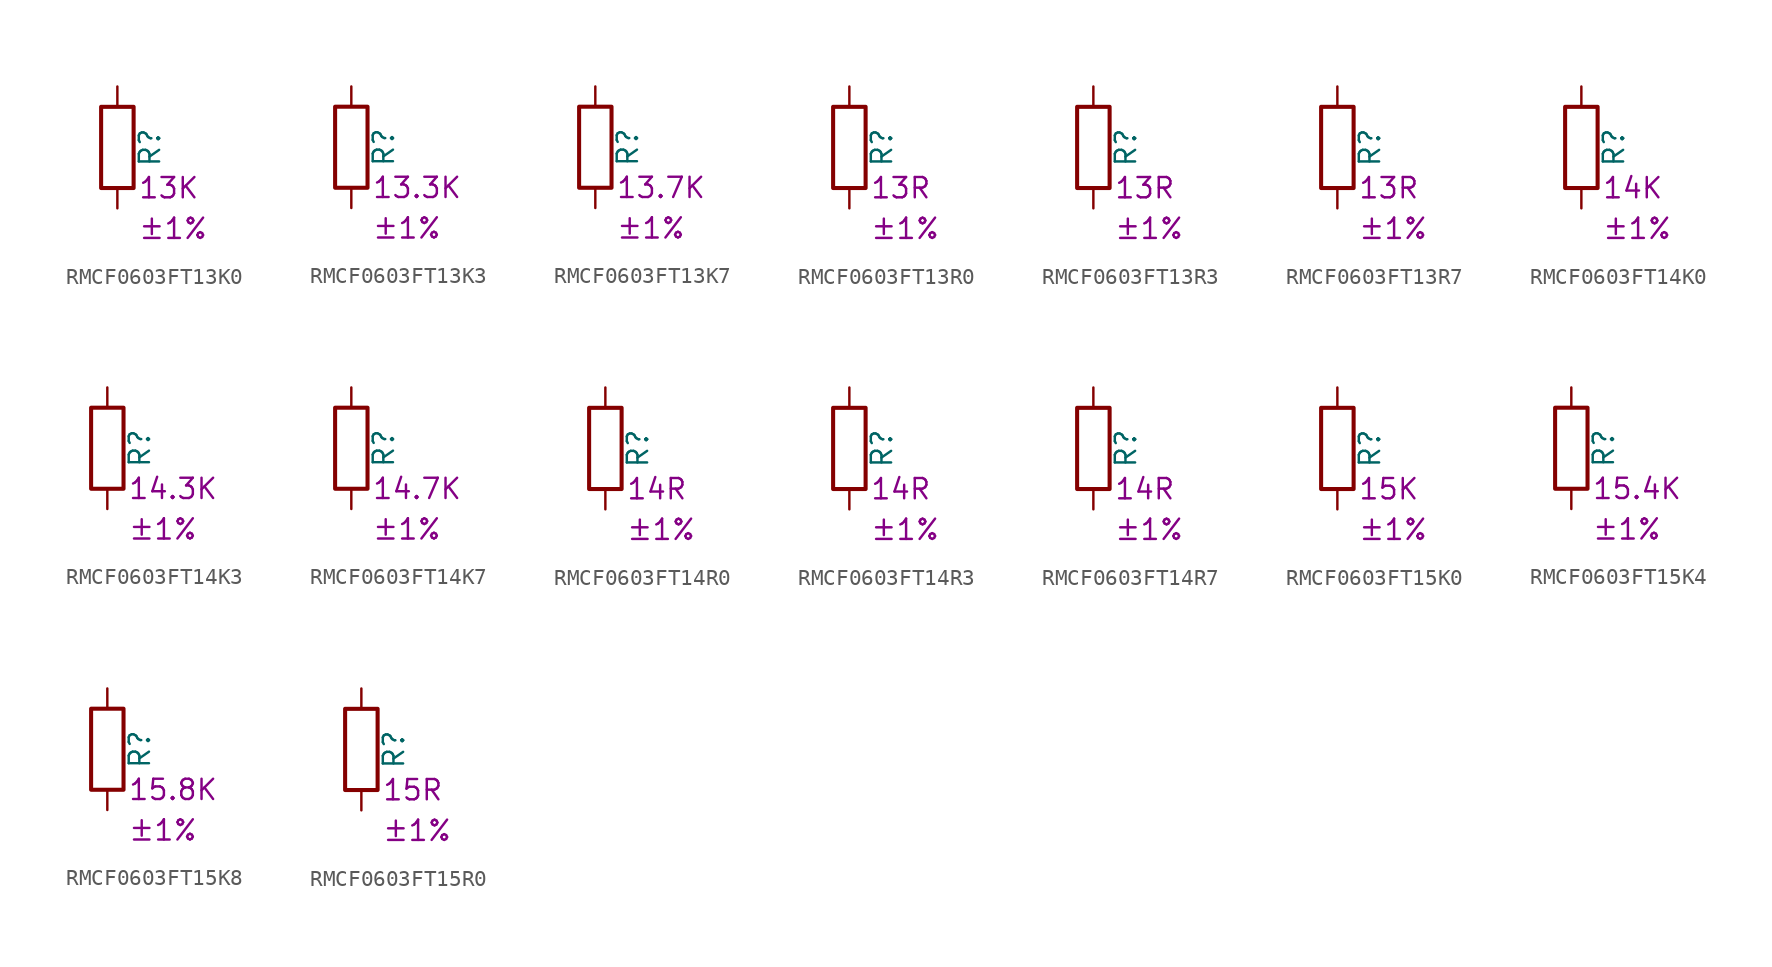
<source format=kicad_sym>
(kicad_symbol_lib
  (version 20220914)
  (generator kicad_symbol_editor)
  (symbol "RMCF0603FT13K0"
    (pin_numbers hide)
    (pin_names
      (offset 0))
    (property "Reference" "R"
      (at 2.032 0 90)
      (effects (font (size 1.27 1.27))))
    (property "Resistance" "13K"
      (at 1.27 -2.54 0)
      (effects (font (size 1.27 1.27)) (justify left)))
    (property "Tolerance" "±1%"
      (at 1.27 -5.08 0)
      (effects (font (size 1.27 1.27)) (justify left)))
    (symbol "RMCF0603FT13K0_0_1"
      (rectangle (start -1.016 -2.54) (end 1.016 2.54) (stroke (width 0.254) (type default)) (fill (type none))))
    (symbol "RMCF0603FT13K0_1_1"
      (pin passive line (at 0 3.81 270) (length 1.27) (name "~" (effects (font (size 1.27 1.27)))) (number "1" (effects (font (size 1.27 1.27)))))
      (pin passive line (at 0 -3.81 90) (length 1.27) (name "~" (effects (font (size 1.27 1.27)))) (number "2" (effects (font (size 1.27 1.27)))))))
  (symbol "RMCF0603FT13K3"
    (pin_numbers hide)
    (pin_names
      (offset 0))
    (property "Reference" "R"
      (at 2.032 0 90)
      (effects (font (size 1.27 1.27))))
    (property "Resistance" "13.3K"
      (at 1.27 -2.54 0)
      (effects (font (size 1.27 1.27)) (justify left)))
    (property "Tolerance" "±1%"
      (at 1.27 -5.08 0)
      (effects (font (size 1.27 1.27)) (justify left)))
    (symbol "RMCF0603FT13K3_0_1"
      (rectangle (start -1.016 -2.54) (end 1.016 2.54) (stroke (width 0.254) (type default)) (fill (type none))))
    (symbol "RMCF0603FT13K3_1_1"
      (pin passive line (at 0 3.81 270) (length 1.27) (name "~" (effects (font (size 1.27 1.27)))) (number "1" (effects (font (size 1.27 1.27)))))
      (pin passive line (at 0 -3.81 90) (length 1.27) (name "~" (effects (font (size 1.27 1.27)))) (number "2" (effects (font (size 1.27 1.27)))))))
  (symbol "RMCF0603FT13K7"
    (pin_numbers hide)
    (pin_names
      (offset 0))
    (property "Reference" "R"
      (at 2.032 0 90)
      (effects (font (size 1.27 1.27))))
    (property "Resistance" "13.7K"
      (at 1.27 -2.54 0)
      (effects (font (size 1.27 1.27)) (justify left)))
    (property "Tolerance" "±1%"
      (at 1.27 -5.08 0)
      (effects (font (size 1.27 1.27)) (justify left)))
    (symbol "RMCF0603FT13K7_0_1"
      (rectangle (start -1.016 -2.54) (end 1.016 2.54) (stroke (width 0.254) (type default)) (fill (type none))))
    (symbol "RMCF0603FT13K7_1_1"
      (pin passive line (at 0 3.81 270) (length 1.27) (name "~" (effects (font (size 1.27 1.27)))) (number "1" (effects (font (size 1.27 1.27)))))
      (pin passive line (at 0 -3.81 90) (length 1.27) (name "~" (effects (font (size 1.27 1.27)))) (number "2" (effects (font (size 1.27 1.27)))))))
  (symbol "RMCF0603FT13R0"
    (pin_numbers hide)
    (pin_names
      (offset 0))
    (property "Reference" "R"
      (at 2.032 0 90)
      (effects (font (size 1.27 1.27))))
    (property "Resistance" "13R"
      (at 1.27 -2.54 0)
      (effects (font (size 1.27 1.27)) (justify left)))
    (property "Tolerance" "±1%"
      (at 1.27 -5.08 0)
      (effects (font (size 1.27 1.27)) (justify left)))
    (symbol "RMCF0603FT13R0_0_1"
      (rectangle (start -1.016 -2.54) (end 1.016 2.54) (stroke (width 0.254) (type default)) (fill (type none))))
    (symbol "RMCF0603FT13R0_1_1"
      (pin passive line (at 0 3.81 270) (length 1.27) (name "~" (effects (font (size 1.27 1.27)))) (number "1" (effects (font (size 1.27 1.27)))))
      (pin passive line (at 0 -3.81 90) (length 1.27) (name "~" (effects (font (size 1.27 1.27)))) (number "2" (effects (font (size 1.27 1.27)))))))
  (symbol "RMCF0603FT13R3"
    (pin_numbers hide)
    (pin_names
      (offset 0))
    (property "Reference" "R"
      (at 2.032 0 90)
      (effects (font (size 1.27 1.27))))
    (property "Resistance" "13R"
      (at 1.27 -2.54 0)
      (effects (font (size 1.27 1.27)) (justify left)))
    (property "Tolerance" "±1%"
      (at 1.27 -5.08 0)
      (effects (font (size 1.27 1.27)) (justify left)))
    (symbol "RMCF0603FT13R3_0_1"
      (rectangle (start -1.016 -2.54) (end 1.016 2.54) (stroke (width 0.254) (type default)) (fill (type none))))
    (symbol "RMCF0603FT13R3_1_1"
      (pin passive line (at 0 3.81 270) (length 1.27) (name "~" (effects (font (size 1.27 1.27)))) (number "1" (effects (font (size 1.27 1.27)))))
      (pin passive line (at 0 -3.81 90) (length 1.27) (name "~" (effects (font (size 1.27 1.27)))) (number "2" (effects (font (size 1.27 1.27)))))))
  (symbol "RMCF0603FT13R7"
    (pin_numbers hide)
    (pin_names
      (offset 0))
    (property "Reference" "R"
      (at 2.032 0 90)
      (effects (font (size 1.27 1.27))))
    (property "Resistance" "13R"
      (at 1.27 -2.54 0)
      (effects (font (size 1.27 1.27)) (justify left)))
    (property "Tolerance" "±1%"
      (at 1.27 -5.08 0)
      (effects (font (size 1.27 1.27)) (justify left)))
    (symbol "RMCF0603FT13R7_0_1"
      (rectangle (start -1.016 -2.54) (end 1.016 2.54) (stroke (width 0.254) (type default)) (fill (type none))))
    (symbol "RMCF0603FT13R7_1_1"
      (pin passive line (at 0 3.81 270) (length 1.27) (name "~" (effects (font (size 1.27 1.27)))) (number "1" (effects (font (size 1.27 1.27)))))
      (pin passive line (at 0 -3.81 90) (length 1.27) (name "~" (effects (font (size 1.27 1.27)))) (number "2" (effects (font (size 1.27 1.27)))))))
  (symbol "RMCF0603FT14K0"
    (pin_numbers hide)
    (pin_names
      (offset 0))
    (property "Reference" "R"
      (at 2.032 0 90)
      (effects (font (size 1.27 1.27))))
    (property "Resistance" "14K"
      (at 1.27 -2.54 0)
      (effects (font (size 1.27 1.27)) (justify left)))
    (property "Tolerance" "±1%"
      (at 1.27 -5.08 0)
      (effects (font (size 1.27 1.27)) (justify left)))
    (symbol "RMCF0603FT14K0_0_1"
      (rectangle (start -1.016 -2.54) (end 1.016 2.54) (stroke (width 0.254) (type default)) (fill (type none))))
    (symbol "RMCF0603FT14K0_1_1"
      (pin passive line (at 0 3.81 270) (length 1.27) (name "~" (effects (font (size 1.27 1.27)))) (number "1" (effects (font (size 1.27 1.27)))))
      (pin passive line (at 0 -3.81 90) (length 1.27) (name "~" (effects (font (size 1.27 1.27)))) (number "2" (effects (font (size 1.27 1.27)))))))
  (symbol "RMCF0603FT14K3"
    (pin_numbers hide)
    (pin_names
      (offset 0))
    (property "Reference" "R"
      (at 2.032 0 90)
      (effects (font (size 1.27 1.27))))
    (property "Resistance" "14.3K"
      (at 1.27 -2.54 0)
      (effects (font (size 1.27 1.27)) (justify left)))
    (property "Tolerance" "±1%"
      (at 1.27 -5.08 0)
      (effects (font (size 1.27 1.27)) (justify left)))
    (symbol "RMCF0603FT14K3_0_1"
      (rectangle (start -1.016 -2.54) (end 1.016 2.54) (stroke (width 0.254) (type default)) (fill (type none))))
    (symbol "RMCF0603FT14K3_1_1"
      (pin passive line (at 0 3.81 270) (length 1.27) (name "~" (effects (font (size 1.27 1.27)))) (number "1" (effects (font (size 1.27 1.27)))))
      (pin passive line (at 0 -3.81 90) (length 1.27) (name "~" (effects (font (size 1.27 1.27)))) (number "2" (effects (font (size 1.27 1.27)))))))
  (symbol "RMCF0603FT14K7"
    (pin_numbers hide)
    (pin_names
      (offset 0))
    (property "Reference" "R"
      (at 2.032 0 90)
      (effects (font (size 1.27 1.27))))
    (property "Resistance" "14.7K"
      (at 1.27 -2.54 0)
      (effects (font (size 1.27 1.27)) (justify left)))
    (property "Tolerance" "±1%"
      (at 1.27 -5.08 0)
      (effects (font (size 1.27 1.27)) (justify left)))
    (symbol "RMCF0603FT14K7_0_1"
      (rectangle (start -1.016 -2.54) (end 1.016 2.54) (stroke (width 0.254) (type default)) (fill (type none))))
    (symbol "RMCF0603FT14K7_1_1"
      (pin passive line (at 0 3.81 270) (length 1.27) (name "~" (effects (font (size 1.27 1.27)))) (number "1" (effects (font (size 1.27 1.27)))))
      (pin passive line (at 0 -3.81 90) (length 1.27) (name "~" (effects (font (size 1.27 1.27)))) (number "2" (effects (font (size 1.27 1.27)))))))
  (symbol "RMCF0603FT14R0"
    (pin_numbers hide)
    (pin_names
      (offset 0))
    (property "Reference" "R"
      (at 2.032 0 90)
      (effects (font (size 1.27 1.27))))
    (property "Resistance" "14R"
      (at 1.27 -2.54 0)
      (effects (font (size 1.27 1.27)) (justify left)))
    (property "Tolerance" "±1%"
      (at 1.27 -5.08 0)
      (effects (font (size 1.27 1.27)) (justify left)))
    (symbol "RMCF0603FT14R0_0_1"
      (rectangle (start -1.016 -2.54) (end 1.016 2.54) (stroke (width 0.254) (type default)) (fill (type none))))
    (symbol "RMCF0603FT14R0_1_1"
      (pin passive line (at 0 3.81 270) (length 1.27) (name "~" (effects (font (size 1.27 1.27)))) (number "1" (effects (font (size 1.27 1.27)))))
      (pin passive line (at 0 -3.81 90) (length 1.27) (name "~" (effects (font (size 1.27 1.27)))) (number "2" (effects (font (size 1.27 1.27)))))))
  (symbol "RMCF0603FT14R3"
    (pin_numbers hide)
    (pin_names
      (offset 0))
    (property "Reference" "R"
      (at 2.032 0 90)
      (effects (font (size 1.27 1.27))))
    (property "Resistance" "14R"
      (at 1.27 -2.54 0)
      (effects (font (size 1.27 1.27)) (justify left)))
    (property "Tolerance" "±1%"
      (at 1.27 -5.08 0)
      (effects (font (size 1.27 1.27)) (justify left)))
    (symbol "RMCF0603FT14R3_0_1"
      (rectangle (start -1.016 -2.54) (end 1.016 2.54) (stroke (width 0.254) (type default)) (fill (type none))))
    (symbol "RMCF0603FT14R3_1_1"
      (pin passive line (at 0 3.81 270) (length 1.27) (name "~" (effects (font (size 1.27 1.27)))) (number "1" (effects (font (size 1.27 1.27)))))
      (pin passive line (at 0 -3.81 90) (length 1.27) (name "~" (effects (font (size 1.27 1.27)))) (number "2" (effects (font (size 1.27 1.27)))))))
  (symbol "RMCF0603FT14R7"
    (pin_numbers hide)
    (pin_names
      (offset 0))
    (property "Reference" "R"
      (at 2.032 0 90)
      (effects (font (size 1.27 1.27))))
    (property "Resistance" "14R"
      (at 1.27 -2.54 0)
      (effects (font (size 1.27 1.27)) (justify left)))
    (property "Tolerance" "±1%"
      (at 1.27 -5.08 0)
      (effects (font (size 1.27 1.27)) (justify left)))
    (symbol "RMCF0603FT14R7_0_1"
      (rectangle (start -1.016 -2.54) (end 1.016 2.54) (stroke (width 0.254) (type default)) (fill (type none))))
    (symbol "RMCF0603FT14R7_1_1"
      (pin passive line (at 0 3.81 270) (length 1.27) (name "~" (effects (font (size 1.27 1.27)))) (number "1" (effects (font (size 1.27 1.27)))))
      (pin passive line (at 0 -3.81 90) (length 1.27) (name "~" (effects (font (size 1.27 1.27)))) (number "2" (effects (font (size 1.27 1.27)))))))
  (symbol "RMCF0603FT15K0"
    (pin_numbers hide)
    (pin_names
      (offset 0))
    (property "Reference" "R"
      (at 2.032 0 90)
      (effects (font (size 1.27 1.27))))
    (property "Resistance" "15K"
      (at 1.27 -2.54 0)
      (effects (font (size 1.27 1.27)) (justify left)))
    (property "Tolerance" "±1%"
      (at 1.27 -5.08 0)
      (effects (font (size 1.27 1.27)) (justify left)))
    (symbol "RMCF0603FT15K0_0_1"
      (rectangle (start -1.016 -2.54) (end 1.016 2.54) (stroke (width 0.254) (type default)) (fill (type none))))
    (symbol "RMCF0603FT15K0_1_1"
      (pin passive line (at 0 3.81 270) (length 1.27) (name "~" (effects (font (size 1.27 1.27)))) (number "1" (effects (font (size 1.27 1.27)))))
      (pin passive line (at 0 -3.81 90) (length 1.27) (name "~" (effects (font (size 1.27 1.27)))) (number "2" (effects (font (size 1.27 1.27)))))))
  (symbol "RMCF0603FT15K4"
    (pin_numbers hide)
    (pin_names
      (offset 0))
    (property "Reference" "R"
      (at 2.032 0 90)
      (effects (font (size 1.27 1.27))))
    (property "Resistance" "15.4K"
      (at 1.27 -2.54 0)
      (effects (font (size 1.27 1.27)) (justify left)))
    (property "Tolerance" "±1%"
      (at 1.27 -5.08 0)
      (effects (font (size 1.27 1.27)) (justify left)))
    (symbol "RMCF0603FT15K4_0_1"
      (rectangle (start -1.016 -2.54) (end 1.016 2.54) (stroke (width 0.254) (type default)) (fill (type none))))
    (symbol "RMCF0603FT15K4_1_1"
      (pin passive line (at 0 3.81 270) (length 1.27) (name "~" (effects (font (size 1.27 1.27)))) (number "1" (effects (font (size 1.27 1.27)))))
      (pin passive line (at 0 -3.81 90) (length 1.27) (name "~" (effects (font (size 1.27 1.27)))) (number "2" (effects (font (size 1.27 1.27)))))))
  (symbol "RMCF0603FT15K8"
    (pin_numbers hide)
    (pin_names
      (offset 0))
    (property "Reference" "R"
      (at 2.032 0 90)
      (effects (font (size 1.27 1.27))))
    (property "Resistance" "15.8K"
      (at 1.27 -2.54 0)
      (effects (font (size 1.27 1.27)) (justify left)))
    (property "Tolerance" "±1%"
      (at 1.27 -5.08 0)
      (effects (font (size 1.27 1.27)) (justify left)))
    (symbol "RMCF0603FT15K8_0_1"
      (rectangle (start -1.016 -2.54) (end 1.016 2.54) (stroke (width 0.254) (type default)) (fill (type none))))
    (symbol "RMCF0603FT15K8_1_1"
      (pin passive line (at 0 3.81 270) (length 1.27) (name "~" (effects (font (size 1.27 1.27)))) (number "1" (effects (font (size 1.27 1.27)))))
      (pin passive line (at 0 -3.81 90) (length 1.27) (name "~" (effects (font (size 1.27 1.27)))) (number "2" (effects (font (size 1.27 1.27)))))))
  (symbol "RMCF0603FT15R0"
    (pin_numbers hide)
    (pin_names
      (offset 0))
    (property "Reference" "R"
      (at 2.032 0 90)
      (effects (font (size 1.27 1.27))))
    (property "Resistance" "15R"
      (at 1.27 -2.54 0)
      (effects (font (size 1.27 1.27)) (justify left)))
    (property "Tolerance" "±1%"
      (at 1.27 -5.08 0)
      (effects (font (size 1.27 1.27)) (justify left)))
    (symbol "RMCF0603FT15R0_0_1"
      (rectangle (start -1.016 -2.54) (end 1.016 2.54) (stroke (width 0.254) (type default)) (fill (type none))))
    (symbol "RMCF0603FT15R0_1_1"
      (pin passive line (at 0 3.81 270) (length 1.27) (name "~" (effects (font (size 1.27 1.27)))) (number "1" (effects (font (size 1.27 1.27)))))
      (pin passive line (at 0 -3.81 90) (length 1.27) (name "~" (effects (font (size 1.27 1.27)))) (number "2" (effects (font (size 1.27 1.27))))))))
</source>
